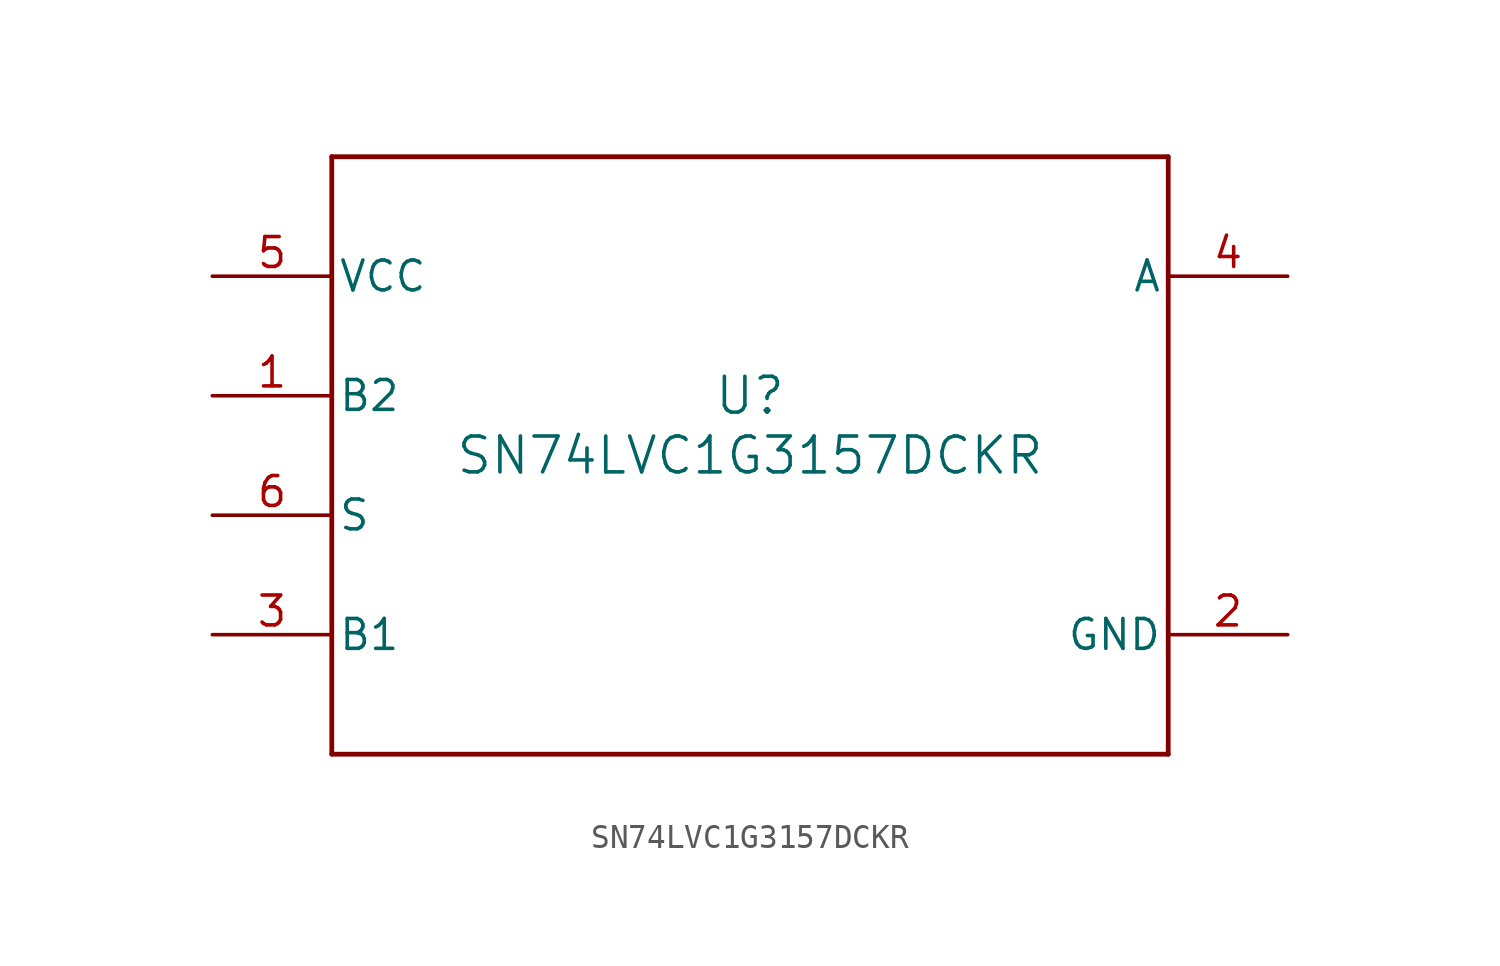
<source format=kicad_sym>
(kicad_symbol_lib
  (version 20211014)
  (generator kicad_symbol_editor)
  (symbol "SN74LVC1G3157DCKR"
    (pin_names
      (offset 0.254))
    (property "Reference" "U"
      (at 0 2.54 0)
      (effects (font (size 1.524 1.524))))
    (property "Value" "SN74LVC1G3157DCKR"
      (at 0 0 0)
      (effects (font (size 1.524 1.524))))
    (symbol "SN74LVC1G3157DCKR_0_1"
      (polyline (pts (xy -17.78 -12.7) (xy 17.78 -12.7)) (stroke (width 0.203) (type default) (color 0 0 0 0)) (fill (type none)))
      (polyline (pts (xy 17.78 -12.7) (xy 17.78 12.7)) (stroke (width 0.203) (type default) (color 0 0 0 0)) (fill (type none)))
      (polyline (pts (xy 17.78 12.7) (xy -17.78 12.7)) (stroke (width 0.203) (type default) (color 0 0 0 0)) (fill (type none)))
      (polyline (pts (xy -17.78 12.7) (xy -17.78 -12.7)) (stroke (width 0.203) (type default) (color 0 0 0 0)) (fill (type none)))
      (pin input line (at -22.86 2.54 0) (length 5.08) (name "B2" (effects (font (size 1.27 1.27)))) (number "1" (effects (font (size 1.27 1.27)))))
      (pin power_in line (at 22.86 -7.62 180) (length 5.08) (name "GND" (effects (font (size 1.27 1.27)))) (number "2" (effects (font (size 1.27 1.27)))))
      (pin input line (at -22.86 -7.62 0) (length 5.08) (name "B1" (effects (font (size 1.27 1.27)))) (number "3" (effects (font (size 1.27 1.27)))))
      (pin output line (at 22.86 7.62 180) (length 5.08) (name "A" (effects (font (size 1.27 1.27)))) (number "4" (effects (font (size 1.27 1.27)))))
      (pin power_in line (at -22.86 7.62 0) (length 5.08) (name "VCC" (effects (font (size 1.27 1.27)))) (number "5" (effects (font (size 1.27 1.27)))))
      (pin input line (at -22.86 -2.54 0) (length 5.08) (name "S" (effects (font (size 1.27 1.27)))) (number "6" (effects (font (size 1.27 1.27))))))))
</source>
